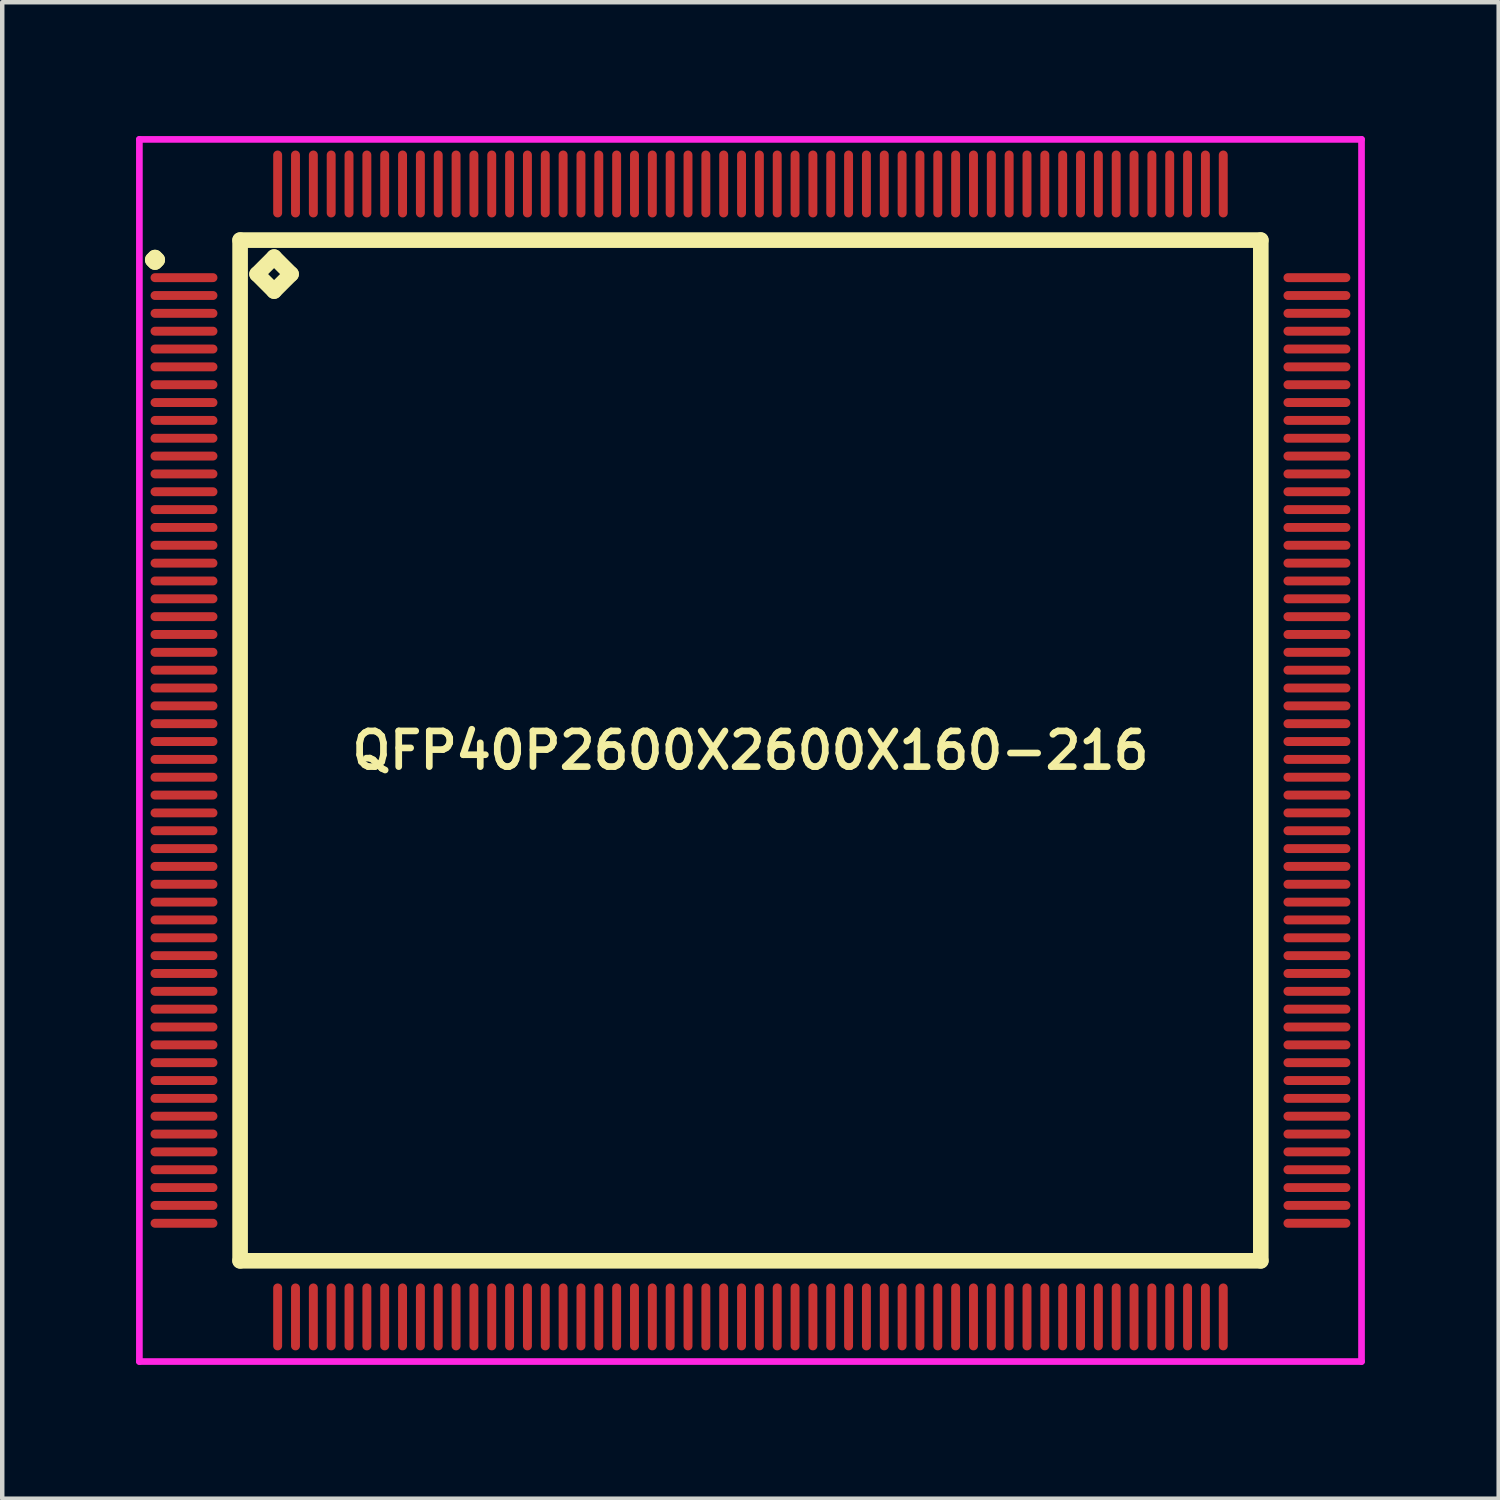
<source format=kicad_pcb>
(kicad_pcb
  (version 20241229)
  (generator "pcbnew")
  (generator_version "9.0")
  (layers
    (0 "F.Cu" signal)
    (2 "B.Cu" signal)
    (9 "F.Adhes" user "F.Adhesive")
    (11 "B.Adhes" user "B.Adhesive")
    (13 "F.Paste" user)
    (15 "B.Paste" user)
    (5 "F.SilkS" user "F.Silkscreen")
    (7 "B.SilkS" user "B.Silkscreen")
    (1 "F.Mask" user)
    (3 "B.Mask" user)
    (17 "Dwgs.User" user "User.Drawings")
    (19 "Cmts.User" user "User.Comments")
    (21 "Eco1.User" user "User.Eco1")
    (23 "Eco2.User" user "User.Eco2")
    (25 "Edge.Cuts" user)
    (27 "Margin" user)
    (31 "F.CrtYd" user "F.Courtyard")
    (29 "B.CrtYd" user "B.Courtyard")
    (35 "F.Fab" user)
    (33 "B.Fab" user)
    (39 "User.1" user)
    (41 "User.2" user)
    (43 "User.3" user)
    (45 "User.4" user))
  (footprint "QFP40P2600X2600X160-216"
    (layer "F.Cu")
    (at 13.775 13.775)
    (property "Reference" "QFP40P2600X2600X160-216" (at 0 0 0) (layer "F.SilkS") (effects (font (size 0.8 0.8) (thickness 0.15))))
    (attr through_hole)
    (fp_line (start -13.4 -11) (end -13.35 -11.05) (stroke (width 0.35) (type solid)) (layer "F.SilkS"))
    (fp_line (start -13.35 -11.05) (end -13.3 -11) (stroke (width 0.35) (type solid)) (layer "F.SilkS"))
    (fp_line (start -13.35 -10.95) (end -13.4 -11) (stroke (width 0.35) (type solid)) (layer "F.SilkS"))
    (fp_line (start -13.3 -11) (end -13.35 -10.95) (stroke (width 0.35) (type solid)) (layer "F.SilkS"))
    (fp_line (start -11.442 -11.442) (end -11.442 11.442) (stroke (width 0.35) (type solid)) (layer "F.SilkS"))
    (fp_line (start -11.442 11.442) (end 11.442 11.442) (stroke (width 0.35) (type solid)) (layer "F.SilkS"))
    (fp_line (start -11.061 -10.68) (end -10.68 -11.061) (stroke (width 0.35) (type solid)) (layer "F.SilkS"))
    (fp_line (start -10.68 -11.061) (end -10.299 -10.68) (stroke (width 0.35) (type solid)) (layer "F.SilkS"))
    (fp_line (start -10.68 -10.299) (end -11.061 -10.68) (stroke (width 0.35) (type solid)) (layer "F.SilkS"))
    (fp_line (start -10.299 -10.68) (end -10.68 -10.299) (stroke (width 0.35) (type solid)) (layer "F.SilkS"))
    (fp_line (start 11.442 -11.442) (end -11.442 -11.442) (stroke (width 0.35) (type solid)) (layer "F.SilkS"))
    (fp_line (start 11.442 11.442) (end 11.442 -11.442) (stroke (width 0.35) (type solid)) (layer "F.SilkS"))
    (fp_line (start -13.7 -13.7) (end 13.7 -13.7) (stroke (width 0.15) (type solid)) (layer "F.CrtYd"))
    (fp_line (start -13.7 13.7) (end -13.7 -13.7) (stroke (width 0.15) (type solid)) (layer "F.CrtYd"))
    (fp_line (start 13.7 -13.7) (end 13.7 13.7) (stroke (width 0.15) (type solid)) (layer "F.CrtYd"))
    (fp_line (start 13.7 13.7) (end -13.7 13.7) (stroke (width 0.15) (type solid)) (layer "F.CrtYd"))
    (pad "1" smd oval (at -12.7 -10.6) (size 1.5 0.2) (layers "F.Cu" "F.Mask" "F.Paste"))
    (pad "2" smd oval (at -12.7 -10.2) (size 1.5 0.2) (layers "F.Cu" "F.Mask" "F.Paste"))
    (pad "3" smd oval (at -12.7 -9.8) (size 1.5 0.2) (layers "F.Cu" "F.Mask" "F.Paste"))
    (pad "4" smd oval (at -12.7 -9.4) (size 1.5 0.2) (layers "F.Cu" "F.Mask" "F.Paste"))
    (pad "5" smd oval (at -12.7 -9) (size 1.5 0.2) (layers "F.Cu" "F.Mask" "F.Paste"))
    (pad "6" smd oval (at -12.7 -8.6) (size 1.5 0.2) (layers "F.Cu" "F.Mask" "F.Paste"))
    (pad "7" smd oval (at -12.7 -8.2) (size 1.5 0.2) (layers "F.Cu" "F.Mask" "F.Paste"))
    (pad "8" smd oval (at -12.7 -7.8) (size 1.5 0.2) (layers "F.Cu" "F.Mask" "F.Paste"))
    (pad "9" smd oval (at -12.7 -7.4) (size 1.5 0.2) (layers "F.Cu" "F.Mask" "F.Paste"))
    (pad "10" smd oval (at -12.7 -7) (size 1.5 0.2) (layers "F.Cu" "F.Mask" "F.Paste"))
    (pad "11" smd oval (at -12.7 -6.6) (size 1.5 0.2) (layers "F.Cu" "F.Mask" "F.Paste"))
    (pad "12" smd oval (at -12.7 -6.2) (size 1.5 0.2) (layers "F.Cu" "F.Mask" "F.Paste"))
    (pad "13" smd oval (at -12.7 -5.8) (size 1.5 0.2) (layers "F.Cu" "F.Mask" "F.Paste"))
    (pad "14" smd oval (at -12.7 -5.4) (size 1.5 0.2) (layers "F.Cu" "F.Mask" "F.Paste"))
    (pad "15" smd oval (at -12.7 -5) (size 1.5 0.2) (layers "F.Cu" "F.Mask" "F.Paste"))
    (pad "16" smd oval (at -12.7 -4.6) (size 1.5 0.2) (layers "F.Cu" "F.Mask" "F.Paste"))
    (pad "17" smd oval (at -12.7 -4.2) (size 1.5 0.2) (layers "F.Cu" "F.Mask" "F.Paste"))
    (pad "18" smd oval (at -12.7 -3.8) (size 1.5 0.2) (layers "F.Cu" "F.Mask" "F.Paste"))
    (pad "19" smd oval (at -12.7 -3.4) (size 1.5 0.2) (layers "F.Cu" "F.Mask" "F.Paste"))
    (pad "20" smd oval (at -12.7 -3) (size 1.5 0.2) (layers "F.Cu" "F.Mask" "F.Paste"))
    (pad "21" smd oval (at -12.7 -2.6) (size 1.5 0.2) (layers "F.Cu" "F.Mask" "F.Paste"))
    (pad "22" smd oval (at -12.7 -2.2) (size 1.5 0.2) (layers "F.Cu" "F.Mask" "F.Paste"))
    (pad "23" smd oval (at -12.7 -1.8) (size 1.5 0.2) (layers "F.Cu" "F.Mask" "F.Paste"))
    (pad "24" smd oval (at -12.7 -1.4) (size 1.5 0.2) (layers "F.Cu" "F.Mask" "F.Paste"))
    (pad "25" smd oval (at -12.7 -1) (size 1.5 0.2) (layers "F.Cu" "F.Mask" "F.Paste"))
    (pad "26" smd oval (at -12.7 -0.6) (size 1.5 0.2) (layers "F.Cu" "F.Mask" "F.Paste"))
    (pad "27" smd oval (at -12.7 -0.2) (size 1.5 0.2) (layers "F.Cu" "F.Mask" "F.Paste"))
    (pad "28" smd oval (at -12.7 0.2) (size 1.5 0.2) (layers "F.Cu" "F.Mask" "F.Paste"))
    (pad "29" smd oval (at -12.7 0.6) (size 1.5 0.2) (layers "F.Cu" "F.Mask" "F.Paste"))
    (pad "30" smd oval (at -12.7 1) (size 1.5 0.2) (layers "F.Cu" "F.Mask" "F.Paste"))
    (pad "31" smd oval (at -12.7 1.4) (size 1.5 0.2) (layers "F.Cu" "F.Mask" "F.Paste"))
    (pad "32" smd oval (at -12.7 1.8) (size 1.5 0.2) (layers "F.Cu" "F.Mask" "F.Paste"))
    (pad "33" smd oval (at -12.7 2.2) (size 1.5 0.2) (layers "F.Cu" "F.Mask" "F.Paste"))
    (pad "34" smd oval (at -12.7 2.6) (size 1.5 0.2) (layers "F.Cu" "F.Mask" "F.Paste"))
    (pad "35" smd oval (at -12.7 3) (size 1.5 0.2) (layers "F.Cu" "F.Mask" "F.Paste"))
    (pad "36" smd oval (at -12.7 3.4) (size 1.5 0.2) (layers "F.Cu" "F.Mask" "F.Paste"))
    (pad "37" smd oval (at -12.7 3.8) (size 1.5 0.2) (layers "F.Cu" "F.Mask" "F.Paste"))
    (pad "38" smd oval (at -12.7 4.2) (size 1.5 0.2) (layers "F.Cu" "F.Mask" "F.Paste"))
    (pad "39" smd oval (at -12.7 4.6) (size 1.5 0.2) (layers "F.Cu" "F.Mask" "F.Paste"))
    (pad "40" smd oval (at -12.7 5) (size 1.5 0.2) (layers "F.Cu" "F.Mask" "F.Paste"))
    (pad "41" smd oval (at -12.7 5.4) (size 1.5 0.2) (layers "F.Cu" "F.Mask" "F.Paste"))
    (pad "42" smd oval (at -12.7 5.8) (size 1.5 0.2) (layers "F.Cu" "F.Mask" "F.Paste"))
    (pad "43" smd oval (at -12.7 6.2) (size 1.5 0.2) (layers "F.Cu" "F.Mask" "F.Paste"))
    (pad "44" smd oval (at -12.7 6.6) (size 1.5 0.2) (layers "F.Cu" "F.Mask" "F.Paste"))
    (pad "45" smd oval (at -12.7 7) (size 1.5 0.2) (layers "F.Cu" "F.Mask" "F.Paste"))
    (pad "46" smd oval (at -12.7 7.4) (size 1.5 0.2) (layers "F.Cu" "F.Mask" "F.Paste"))
    (pad "47" smd oval (at -12.7 7.8) (size 1.5 0.2) (layers "F.Cu" "F.Mask" "F.Paste"))
    (pad "48" smd oval (at -12.7 8.2) (size 1.5 0.2) (layers "F.Cu" "F.Mask" "F.Paste"))
    (pad "49" smd oval (at -12.7 8.6) (size 1.5 0.2) (layers "F.Cu" "F.Mask" "F.Paste"))
    (pad "50" smd oval (at -12.7 9) (size 1.5 0.2) (layers "F.Cu" "F.Mask" "F.Paste"))
    (pad "51" smd oval (at -12.7 9.4) (size 1.5 0.2) (layers "F.Cu" "F.Mask" "F.Paste"))
    (pad "52" smd oval (at -12.7 9.8) (size 1.5 0.2) (layers "F.Cu" "F.Mask" "F.Paste"))
    (pad "53" smd oval (at -12.7 10.2) (size 1.5 0.2) (layers "F.Cu" "F.Mask" "F.Paste"))
    (pad "54" smd oval (at -12.7 10.6) (size 1.5 0.2) (layers "F.Cu" "F.Mask" "F.Paste"))
    (pad "55" smd oval (at -10.6 12.7) (size 0.2 1.5) (layers "F.Cu" "F.Mask" "F.Paste"))
    (pad "56" smd oval (at -10.2 12.7) (size 0.2 1.5) (layers "F.Cu" "F.Mask" "F.Paste"))
    (pad "57" smd oval (at -9.8 12.7) (size 0.2 1.5) (layers "F.Cu" "F.Mask" "F.Paste"))
    (pad "58" smd oval (at -9.4 12.7) (size 0.2 1.5) (layers "F.Cu" "F.Mask" "F.Paste"))
    (pad "59" smd oval (at -9 12.7) (size 0.2 1.5) (layers "F.Cu" "F.Mask" "F.Paste"))
    (pad "60" smd oval (at -8.6 12.7) (size 0.2 1.5) (layers "F.Cu" "F.Mask" "F.Paste"))
    (pad "61" smd oval (at -8.2 12.7) (size 0.2 1.5) (layers "F.Cu" "F.Mask" "F.Paste"))
    (pad "62" smd oval (at -7.8 12.7) (size 0.2 1.5) (layers "F.Cu" "F.Mask" "F.Paste"))
    (pad "63" smd oval (at -7.4 12.7) (size 0.2 1.5) (layers "F.Cu" "F.Mask" "F.Paste"))
    (pad "64" smd oval (at -7 12.7) (size 0.2 1.5) (layers "F.Cu" "F.Mask" "F.Paste"))
    (pad "65" smd oval (at -6.6 12.7) (size 0.2 1.5) (layers "F.Cu" "F.Mask" "F.Paste"))
    (pad "66" smd oval (at -6.2 12.7) (size 0.2 1.5) (layers "F.Cu" "F.Mask" "F.Paste"))
    (pad "67" smd oval (at -5.8 12.7) (size 0.2 1.5) (layers "F.Cu" "F.Mask" "F.Paste"))
    (pad "68" smd oval (at -5.4 12.7) (size 0.2 1.5) (layers "F.Cu" "F.Mask" "F.Paste"))
    (pad "69" smd oval (at -5 12.7) (size 0.2 1.5) (layers "F.Cu" "F.Mask" "F.Paste"))
    (pad "70" smd oval (at -4.6 12.7) (size 0.2 1.5) (layers "F.Cu" "F.Mask" "F.Paste"))
    (pad "71" smd oval (at -4.2 12.7) (size 0.2 1.5) (layers "F.Cu" "F.Mask" "F.Paste"))
    (pad "72" smd oval (at -3.8 12.7) (size 0.2 1.5) (layers "F.Cu" "F.Mask" "F.Paste"))
    (pad "73" smd oval (at -3.4 12.7) (size 0.2 1.5) (layers "F.Cu" "F.Mask" "F.Paste"))
    (pad "74" smd oval (at -3 12.7) (size 0.2 1.5) (layers "F.Cu" "F.Mask" "F.Paste"))
    (pad "75" smd oval (at -2.6 12.7) (size 0.2 1.5) (layers "F.Cu" "F.Mask" "F.Paste"))
    (pad "76" smd oval (at -2.2 12.7) (size 0.2 1.5) (layers "F.Cu" "F.Mask" "F.Paste"))
    (pad "77" smd oval (at -1.8 12.7) (size 0.2 1.5) (layers "F.Cu" "F.Mask" "F.Paste"))
    (pad "78" smd oval (at -1.4 12.7) (size 0.2 1.5) (layers "F.Cu" "F.Mask" "F.Paste"))
    (pad "79" smd oval (at -1 12.7) (size 0.2 1.5) (layers "F.Cu" "F.Mask" "F.Paste"))
    (pad "80" smd oval (at -0.6 12.7) (size 0.2 1.5) (layers "F.Cu" "F.Mask" "F.Paste"))
    (pad "81" smd oval (at -0.2 12.7) (size 0.2 1.5) (layers "F.Cu" "F.Mask" "F.Paste"))
    (pad "82" smd oval (at 0.2 12.7) (size 0.2 1.5) (layers "F.Cu" "F.Mask" "F.Paste"))
    (pad "83" smd oval (at 0.6 12.7) (size 0.2 1.5) (layers "F.Cu" "F.Mask" "F.Paste"))
    (pad "84" smd oval (at 1 12.7) (size 0.2 1.5) (layers "F.Cu" "F.Mask" "F.Paste"))
    (pad "85" smd oval (at 1.4 12.7) (size 0.2 1.5) (layers "F.Cu" "F.Mask" "F.Paste"))
    (pad "86" smd oval (at 1.8 12.7) (size 0.2 1.5) (layers "F.Cu" "F.Mask" "F.Paste"))
    (pad "87" smd oval (at 2.2 12.7) (size 0.2 1.5) (layers "F.Cu" "F.Mask" "F.Paste"))
    (pad "88" smd oval (at 2.6 12.7) (size 0.2 1.5) (layers "F.Cu" "F.Mask" "F.Paste"))
    (pad "89" smd oval (at 3 12.7) (size 0.2 1.5) (layers "F.Cu" "F.Mask" "F.Paste"))
    (pad "90" smd oval (at 3.4 12.7) (size 0.2 1.5) (layers "F.Cu" "F.Mask" "F.Paste"))
    (pad "91" smd oval (at 3.8 12.7) (size 0.2 1.5) (layers "F.Cu" "F.Mask" "F.Paste"))
    (pad "92" smd oval (at 4.2 12.7) (size 0.2 1.5) (layers "F.Cu" "F.Mask" "F.Paste"))
    (pad "93" smd oval (at 4.6 12.7) (size 0.2 1.5) (layers "F.Cu" "F.Mask" "F.Paste"))
    (pad "94" smd oval (at 5 12.7) (size 0.2 1.5) (layers "F.Cu" "F.Mask" "F.Paste"))
    (pad "95" smd oval (at 5.4 12.7) (size 0.2 1.5) (layers "F.Cu" "F.Mask" "F.Paste"))
    (pad "96" smd oval (at 5.8 12.7) (size 0.2 1.5) (layers "F.Cu" "F.Mask" "F.Paste"))
    (pad "97" smd oval (at 6.2 12.7) (size 0.2 1.5) (layers "F.Cu" "F.Mask" "F.Paste"))
    (pad "98" smd oval (at 6.6 12.7) (size 0.2 1.5) (layers "F.Cu" "F.Mask" "F.Paste"))
    (pad "99" smd oval (at 7 12.7) (size 0.2 1.5) (layers "F.Cu" "F.Mask" "F.Paste"))
    (pad "100" smd oval (at 7.4 12.7) (size 0.2 1.5) (layers "F.Cu" "F.Mask" "F.Paste"))
    (pad "101" smd oval (at 7.8 12.7) (size 0.2 1.5) (layers "F.Cu" "F.Mask" "F.Paste"))
    (pad "102" smd oval (at 8.2 12.7) (size 0.2 1.5) (layers "F.Cu" "F.Mask" "F.Paste"))
    (pad "103" smd oval (at 8.6 12.7) (size 0.2 1.5) (layers "F.Cu" "F.Mask" "F.Paste"))
    (pad "104" smd oval (at 9 12.7) (size 0.2 1.5) (layers "F.Cu" "F.Mask" "F.Paste"))
    (pad "105" smd oval (at 9.4 12.7) (size 0.2 1.5) (layers "F.Cu" "F.Mask" "F.Paste"))
    (pad "106" smd oval (at 9.8 12.7) (size 0.2 1.5) (layers "F.Cu" "F.Mask" "F.Paste"))
    (pad "107" smd oval (at 10.2 12.7) (size 0.2 1.5) (layers "F.Cu" "F.Mask" "F.Paste"))
    (pad "108" smd oval (at 10.6 12.7) (size 0.2 1.5) (layers "F.Cu" "F.Mask" "F.Paste"))
    (pad "109" smd oval (at 12.7 10.6) (size 1.5 0.2) (layers "F.Cu" "F.Mask" "F.Paste"))
    (pad "110" smd oval (at 12.7 10.2) (size 1.5 0.2) (layers "F.Cu" "F.Mask" "F.Paste"))
    (pad "111" smd oval (at 12.7 9.8) (size 1.5 0.2) (layers "F.Cu" "F.Mask" "F.Paste"))
    (pad "112" smd oval (at 12.7 9.4) (size 1.5 0.2) (layers "F.Cu" "F.Mask" "F.Paste"))
    (pad "113" smd oval (at 12.7 9) (size 1.5 0.2) (layers "F.Cu" "F.Mask" "F.Paste"))
    (pad "114" smd oval (at 12.7 8.6) (size 1.5 0.2) (layers "F.Cu" "F.Mask" "F.Paste"))
    (pad "115" smd oval (at 12.7 8.2) (size 1.5 0.2) (layers "F.Cu" "F.Mask" "F.Paste"))
    (pad "116" smd oval (at 12.7 7.8) (size 1.5 0.2) (layers "F.Cu" "F.Mask" "F.Paste"))
    (pad "117" smd oval (at 12.7 7.4) (size 1.5 0.2) (layers "F.Cu" "F.Mask" "F.Paste"))
    (pad "118" smd oval (at 12.7 7) (size 1.5 0.2) (layers "F.Cu" "F.Mask" "F.Paste"))
    (pad "119" smd oval (at 12.7 6.6) (size 1.5 0.2) (layers "F.Cu" "F.Mask" "F.Paste"))
    (pad "120" smd oval (at 12.7 6.2) (size 1.5 0.2) (layers "F.Cu" "F.Mask" "F.Paste"))
    (pad "121" smd oval (at 12.7 5.8) (size 1.5 0.2) (layers "F.Cu" "F.Mask" "F.Paste"))
    (pad "122" smd oval (at 12.7 5.4) (size 1.5 0.2) (layers "F.Cu" "F.Mask" "F.Paste"))
    (pad "123" smd oval (at 12.7 5) (size 1.5 0.2) (layers "F.Cu" "F.Mask" "F.Paste"))
    (pad "124" smd oval (at 12.7 4.6) (size 1.5 0.2) (layers "F.Cu" "F.Mask" "F.Paste"))
    (pad "125" smd oval (at 12.7 4.2) (size 1.5 0.2) (layers "F.Cu" "F.Mask" "F.Paste"))
    (pad "126" smd oval (at 12.7 3.8) (size 1.5 0.2) (layers "F.Cu" "F.Mask" "F.Paste"))
    (pad "127" smd oval (at 12.7 3.4) (size 1.5 0.2) (layers "F.Cu" "F.Mask" "F.Paste"))
    (pad "128" smd oval (at 12.7 3) (size 1.5 0.2) (layers "F.Cu" "F.Mask" "F.Paste"))
    (pad "129" smd oval (at 12.7 2.6) (size 1.5 0.2) (layers "F.Cu" "F.Mask" "F.Paste"))
    (pad "130" smd oval (at 12.7 2.2) (size 1.5 0.2) (layers "F.Cu" "F.Mask" "F.Paste"))
    (pad "131" smd oval (at 12.7 1.8) (size 1.5 0.2) (layers "F.Cu" "F.Mask" "F.Paste"))
    (pad "132" smd oval (at 12.7 1.4) (size 1.5 0.2) (layers "F.Cu" "F.Mask" "F.Paste"))
    (pad "133" smd oval (at 12.7 1) (size 1.5 0.2) (layers "F.Cu" "F.Mask" "F.Paste"))
    (pad "134" smd oval (at 12.7 0.6) (size 1.5 0.2) (layers "F.Cu" "F.Mask" "F.Paste"))
    (pad "135" smd oval (at 12.7 0.2) (size 1.5 0.2) (layers "F.Cu" "F.Mask" "F.Paste"))
    (pad "136" smd oval (at 12.7 -0.2) (size 1.5 0.2) (layers "F.Cu" "F.Mask" "F.Paste"))
    (pad "137" smd oval (at 12.7 -0.6) (size 1.5 0.2) (layers "F.Cu" "F.Mask" "F.Paste"))
    (pad "138" smd oval (at 12.7 -1) (size 1.5 0.2) (layers "F.Cu" "F.Mask" "F.Paste"))
    (pad "139" smd oval (at 12.7 -1.4) (size 1.5 0.2) (layers "F.Cu" "F.Mask" "F.Paste"))
    (pad "140" smd oval (at 12.7 -1.8) (size 1.5 0.2) (layers "F.Cu" "F.Mask" "F.Paste"))
    (pad "141" smd oval (at 12.7 -2.2) (size 1.5 0.2) (layers "F.Cu" "F.Mask" "F.Paste"))
    (pad "142" smd oval (at 12.7 -2.6) (size 1.5 0.2) (layers "F.Cu" "F.Mask" "F.Paste"))
    (pad "143" smd oval (at 12.7 -3) (size 1.5 0.2) (layers "F.Cu" "F.Mask" "F.Paste"))
    (pad "144" smd oval (at 12.7 -3.4) (size 1.5 0.2) (layers "F.Cu" "F.Mask" "F.Paste"))
    (pad "145" smd oval (at 12.7 -3.8) (size 1.5 0.2) (layers "F.Cu" "F.Mask" "F.Paste"))
    (pad "146" smd oval (at 12.7 -4.2) (size 1.5 0.2) (layers "F.Cu" "F.Mask" "F.Paste"))
    (pad "147" smd oval (at 12.7 -4.6) (size 1.5 0.2) (layers "F.Cu" "F.Mask" "F.Paste"))
    (pad "148" smd oval (at 12.7 -5) (size 1.5 0.2) (layers "F.Cu" "F.Mask" "F.Paste"))
    (pad "149" smd oval (at 12.7 -5.4) (size 1.5 0.2) (layers "F.Cu" "F.Mask" "F.Paste"))
    (pad "150" smd oval (at 12.7 -5.8) (size 1.5 0.2) (layers "F.Cu" "F.Mask" "F.Paste"))
    (pad "151" smd oval (at 12.7 -6.2) (size 1.5 0.2) (layers "F.Cu" "F.Mask" "F.Paste"))
    (pad "152" smd oval (at 12.7 -6.6) (size 1.5 0.2) (layers "F.Cu" "F.Mask" "F.Paste"))
    (pad "153" smd oval (at 12.7 -7) (size 1.5 0.2) (layers "F.Cu" "F.Mask" "F.Paste"))
    (pad "154" smd oval (at 12.7 -7.4) (size 1.5 0.2) (layers "F.Cu" "F.Mask" "F.Paste"))
    (pad "155" smd oval (at 12.7 -7.8) (size 1.5 0.2) (layers "F.Cu" "F.Mask" "F.Paste"))
    (pad "156" smd oval (at 12.7 -8.2) (size 1.5 0.2) (layers "F.Cu" "F.Mask" "F.Paste"))
    (pad "157" smd oval (at 12.7 -8.6) (size 1.5 0.2) (layers "F.Cu" "F.Mask" "F.Paste"))
    (pad "158" smd oval (at 12.7 -9) (size 1.5 0.2) (layers "F.Cu" "F.Mask" "F.Paste"))
    (pad "159" smd oval (at 12.7 -9.4) (size 1.5 0.2) (layers "F.Cu" "F.Mask" "F.Paste"))
    (pad "160" smd oval (at 12.7 -9.8) (size 1.5 0.2) (layers "F.Cu" "F.Mask" "F.Paste"))
    (pad "161" smd oval (at 12.7 -10.2) (size 1.5 0.2) (layers "F.Cu" "F.Mask" "F.Paste"))
    (pad "162" smd oval (at 12.7 -10.6) (size 1.5 0.2) (layers "F.Cu" "F.Mask" "F.Paste"))
    (pad "163" smd oval (at 10.6 -12.7) (size 0.2 1.5) (layers "F.Cu" "F.Mask" "F.Paste"))
    (pad "164" smd oval (at 10.2 -12.7) (size 0.2 1.5) (layers "F.Cu" "F.Mask" "F.Paste"))
    (pad "165" smd oval (at 9.8 -12.7) (size 0.2 1.5) (layers "F.Cu" "F.Mask" "F.Paste"))
    (pad "166" smd oval (at 9.4 -12.7) (size 0.2 1.5) (layers "F.Cu" "F.Mask" "F.Paste"))
    (pad "167" smd oval (at 9 -12.7) (size 0.2 1.5) (layers "F.Cu" "F.Mask" "F.Paste"))
    (pad "168" smd oval (at 8.6 -12.7) (size 0.2 1.5) (layers "F.Cu" "F.Mask" "F.Paste"))
    (pad "169" smd oval (at 8.2 -12.7) (size 0.2 1.5) (layers "F.Cu" "F.Mask" "F.Paste"))
    (pad "170" smd oval (at 7.8 -12.7) (size 0.2 1.5) (layers "F.Cu" "F.Mask" "F.Paste"))
    (pad "171" smd oval (at 7.4 -12.7) (size 0.2 1.5) (layers "F.Cu" "F.Mask" "F.Paste"))
    (pad "172" smd oval (at 7 -12.7) (size 0.2 1.5) (layers "F.Cu" "F.Mask" "F.Paste"))
    (pad "173" smd oval (at 6.6 -12.7) (size 0.2 1.5) (layers "F.Cu" "F.Mask" "F.Paste"))
    (pad "174" smd oval (at 6.2 -12.7) (size 0.2 1.5) (layers "F.Cu" "F.Mask" "F.Paste"))
    (pad "175" smd oval (at 5.8 -12.7) (size 0.2 1.5) (layers "F.Cu" "F.Mask" "F.Paste"))
    (pad "176" smd oval (at 5.4 -12.7) (size 0.2 1.5) (layers "F.Cu" "F.Mask" "F.Paste"))
    (pad "177" smd oval (at 5 -12.7) (size 0.2 1.5) (layers "F.Cu" "F.Mask" "F.Paste"))
    (pad "178" smd oval (at 4.6 -12.7) (size 0.2 1.5) (layers "F.Cu" "F.Mask" "F.Paste"))
    (pad "179" smd oval (at 4.2 -12.7) (size 0.2 1.5) (layers "F.Cu" "F.Mask" "F.Paste"))
    (pad "180" smd oval (at 3.8 -12.7) (size 0.2 1.5) (layers "F.Cu" "F.Mask" "F.Paste"))
    (pad "181" smd oval (at 3.4 -12.7) (size 0.2 1.5) (layers "F.Cu" "F.Mask" "F.Paste"))
    (pad "182" smd oval (at 3 -12.7) (size 0.2 1.5) (layers "F.Cu" "F.Mask" "F.Paste"))
    (pad "183" smd oval (at 2.6 -12.7) (size 0.2 1.5) (layers "F.Cu" "F.Mask" "F.Paste"))
    (pad "184" smd oval (at 2.2 -12.7) (size 0.2 1.5) (layers "F.Cu" "F.Mask" "F.Paste"))
    (pad "185" smd oval (at 1.8 -12.7) (size 0.2 1.5) (layers "F.Cu" "F.Mask" "F.Paste"))
    (pad "186" smd oval (at 1.4 -12.7) (size 0.2 1.5) (layers "F.Cu" "F.Mask" "F.Paste"))
    (pad "187" smd oval (at 1 -12.7) (size 0.2 1.5) (layers "F.Cu" "F.Mask" "F.Paste"))
    (pad "188" smd oval (at 0.6 -12.7) (size 0.2 1.5) (layers "F.Cu" "F.Mask" "F.Paste"))
    (pad "189" smd oval (at 0.2 -12.7) (size 0.2 1.5) (layers "F.Cu" "F.Mask" "F.Paste"))
    (pad "190" smd oval (at -0.2 -12.7) (size 0.2 1.5) (layers "F.Cu" "F.Mask" "F.Paste"))
    (pad "191" smd oval (at -0.6 -12.7) (size 0.2 1.5) (layers "F.Cu" "F.Mask" "F.Paste"))
    (pad "192" smd oval (at -1 -12.7) (size 0.2 1.5) (layers "F.Cu" "F.Mask" "F.Paste"))
    (pad "193" smd oval (at -1.4 -12.7) (size 0.2 1.5) (layers "F.Cu" "F.Mask" "F.Paste"))
    (pad "194" smd oval (at -1.8 -12.7) (size 0.2 1.5) (layers "F.Cu" "F.Mask" "F.Paste"))
    (pad "195" smd oval (at -2.2 -12.7) (size 0.2 1.5) (layers "F.Cu" "F.Mask" "F.Paste"))
    (pad "196" smd oval (at -2.6 -12.7) (size 0.2 1.5) (layers "F.Cu" "F.Mask" "F.Paste"))
    (pad "197" smd oval (at -3 -12.7) (size 0.2 1.5) (layers "F.Cu" "F.Mask" "F.Paste"))
    (pad "198" smd oval (at -3.4 -12.7) (size 0.2 1.5) (layers "F.Cu" "F.Mask" "F.Paste"))
    (pad "199" smd oval (at -3.8 -12.7) (size 0.2 1.5) (layers "F.Cu" "F.Mask" "F.Paste"))
    (pad "200" smd oval (at -4.2 -12.7) (size 0.2 1.5) (layers "F.Cu" "F.Mask" "F.Paste"))
    (pad "201" smd oval (at -4.6 -12.7) (size 0.2 1.5) (layers "F.Cu" "F.Mask" "F.Paste"))
    (pad "202" smd oval (at -5 -12.7) (size 0.2 1.5) (layers "F.Cu" "F.Mask" "F.Paste"))
    (pad "203" smd oval (at -5.4 -12.7) (size 0.2 1.5) (layers "F.Cu" "F.Mask" "F.Paste"))
    (pad "204" smd oval (at -5.8 -12.7) (size 0.2 1.5) (layers "F.Cu" "F.Mask" "F.Paste"))
    (pad "205" smd oval (at -6.2 -12.7) (size 0.2 1.5) (layers "F.Cu" "F.Mask" "F.Paste"))
    (pad "206" smd oval (at -6.6 -12.7) (size 0.2 1.5) (layers "F.Cu" "F.Mask" "F.Paste"))
    (pad "207" smd oval (at -7 -12.7) (size 0.2 1.5) (layers "F.Cu" "F.Mask" "F.Paste"))
    (pad "208" smd oval (at -7.4 -12.7) (size 0.2 1.5) (layers "F.Cu" "F.Mask" "F.Paste"))
    (pad "209" smd oval (at -7.8 -12.7) (size 0.2 1.5) (layers "F.Cu" "F.Mask" "F.Paste"))
    (pad "210" smd oval (at -8.2 -12.7) (size 0.2 1.5) (layers "F.Cu" "F.Mask" "F.Paste"))
    (pad "211" smd oval (at -8.6 -12.7) (size 0.2 1.5) (layers "F.Cu" "F.Mask" "F.Paste"))
    (pad "212" smd oval (at -9 -12.7) (size 0.2 1.5) (layers "F.Cu" "F.Mask" "F.Paste"))
    (pad "213" smd oval (at -9.4 -12.7) (size 0.2 1.5) (layers "F.Cu" "F.Mask" "F.Paste"))
    (pad "214" smd oval (at -9.8 -12.7) (size 0.2 1.5) (layers "F.Cu" "F.Mask" "F.Paste"))
    (pad "215" smd oval (at -10.2 -12.7) (size 0.2 1.5) (layers "F.Cu" "F.Mask" "F.Paste"))
    (pad "216" smd oval (at -10.6 -12.7) (size 0.2 1.5) (layers "F.Cu" "F.Mask" "F.Paste")))
  (gr_rect
    (start -3 -3)
    (end 30.55 30.55)
    (stroke (width 0.1) (type default))
    (fill no)
    (layer "Edge.Cuts")))
</source>
